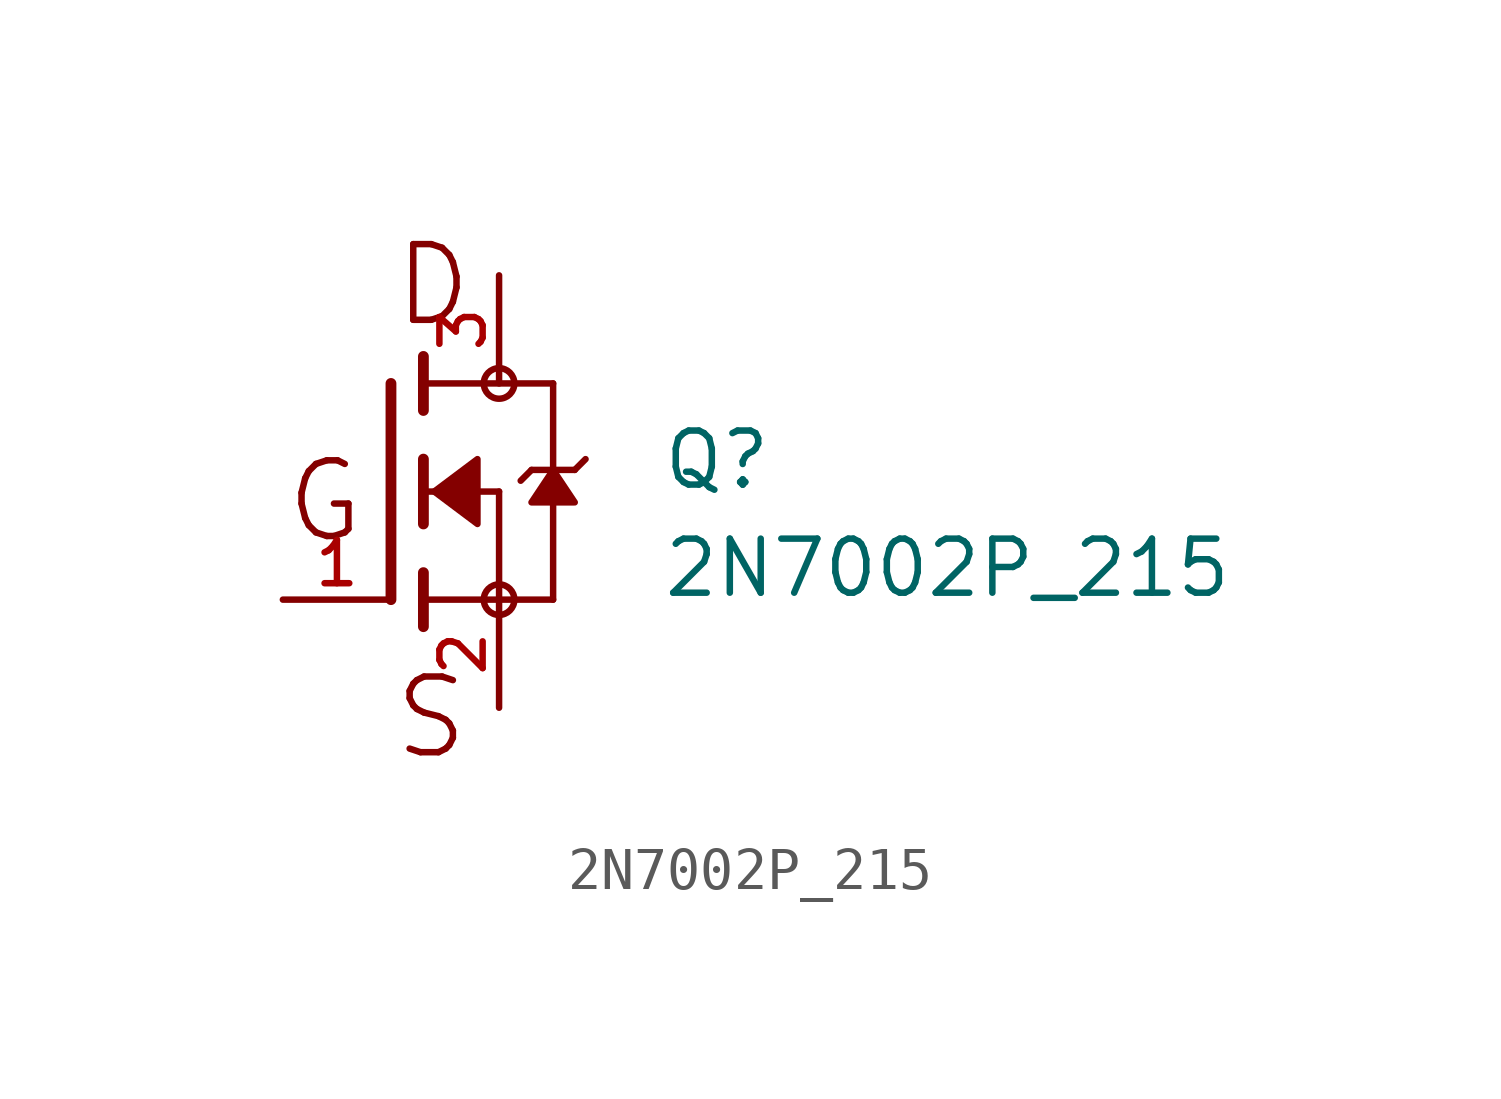
<source format=kicad_sym>
(kicad_symbol_lib
  (version 20211014)
  (generator kicad_symbol_editor)
  (symbol "2N7002P_215"
    (pin_names
      (offset 1.016))
    (property "Reference" "Q"
      (at 6.35 0.0 0)
      (effects (font (size 1.27 1.27)) (justify bottom left)))
    (property "Value" "2N7002P_215"
      (at 6.35 -2.54 0)
      (effects (font (size 1.27 1.27)) (justify bottom left)))
    (symbol "2N7002P_215_0_0"
      (polyline (pts (xy 0.762 0.762) (xy 0.762 0.0)) (stroke (width 0.254)))
      (polyline (pts (xy 0.762 0.0) (xy 0.762 -0.762)) (stroke (width 0.254)))
      (polyline (pts (xy 0.762 3.175) (xy 0.762 2.54)) (stroke (width 0.254)))
      (polyline (pts (xy 0.762 2.54) (xy 0.762 1.905)) (stroke (width 0.254)))
      (polyline (pts (xy 0.762 0.0) (xy 2.54 0.0)) (stroke (width 0.152)))
      (polyline (pts (xy 2.54 0.0) (xy 2.54 -2.54)) (stroke (width 0.152)))
      (polyline (pts (xy 0.762 -1.905) (xy 0.762 -2.54)) (stroke (width 0.254)))
      (polyline (pts (xy 0.762 -2.54) (xy 0.762 -3.175)) (stroke (width 0.254)))
      (polyline (pts (xy 0.0 2.54) (xy 0.0 -2.54)) (stroke (width 0.254)))
      (polyline (pts (xy 2.54 -2.54) (xy 0.762 -2.54)) (stroke (width 0.152)))
      (polyline (pts (xy 3.81 2.54) (xy 3.81 0.508)) (stroke (width 0.152)))
      (polyline (pts (xy 3.81 0.508) (xy 3.81 -2.54)) (stroke (width 0.152)))
      (polyline (pts (xy 2.54 -2.54) (xy 3.81 -2.54)) (stroke (width 0.152)))
      (polyline (pts (xy 0.762 2.54) (xy 3.81 2.54)) (stroke (width 0.152)))
      (polyline (pts (xy 4.572 0.762) (xy 4.318 0.508)) (stroke (width 0.152)))
      (polyline (pts (xy 4.318 0.508) (xy 3.81 0.508)) (stroke (width 0.152)))
      (polyline (pts (xy 3.81 0.508) (xy 3.302 0.508)) (stroke (width 0.152)))
      (polyline (pts (xy 3.302 0.508) (xy 3.048 0.254)) (stroke (width 0.152)))
      (circle (center 2.54 -2.54) (radius 0.359) (stroke (width 0.0)) (fill (type none)))
      (circle (center 2.54 2.54) (radius 0.359) (stroke (width 0.0)) (fill (type none)))
      (polyline (pts (xy 3.81 0.508) (xy 3.302 -0.254) (xy 4.318 -0.254) (xy 3.81 0.508)) (stroke (width 0.152)) (fill (type outline)))
      (polyline (pts (xy 1.016 0.0) (xy 2.032 0.762) (xy 2.032 -0.762) (xy 1.016 0.0)) (stroke (width 0.152)) (fill (type outline)))
      (text "D" (at 0.0 3.81 0) (effects (font (size 1.778 1.778)) (justify bottom left)))
      (text "G" (at -2.54 -1.27 0) (effects (font (size 1.778 1.778)) (justify bottom left)))
      (text "S" (at 0.0 -6.35 0) (effects (font (size 1.778 1.778)) (justify bottom left)))
      (pin passive line (at 2.54 -5.08 90.0) (length 2.54) (name "~" (effects (font (size 1.016 1.016)))) (number "2" (effects (font (size 1.016 1.016)))))
      (pin passive line (at -2.54 -2.54 0) (length 2.54) (name "~" (effects (font (size 1.016 1.016)))) (number "1" (effects (font (size 1.016 1.016)))))
      (pin passive line (at 2.54 5.08 270.0) (length 2.54) (name "~" (effects (font (size 1.016 1.016)))) (number "3" (effects (font (size 1.016 1.016))))))))
</source>
